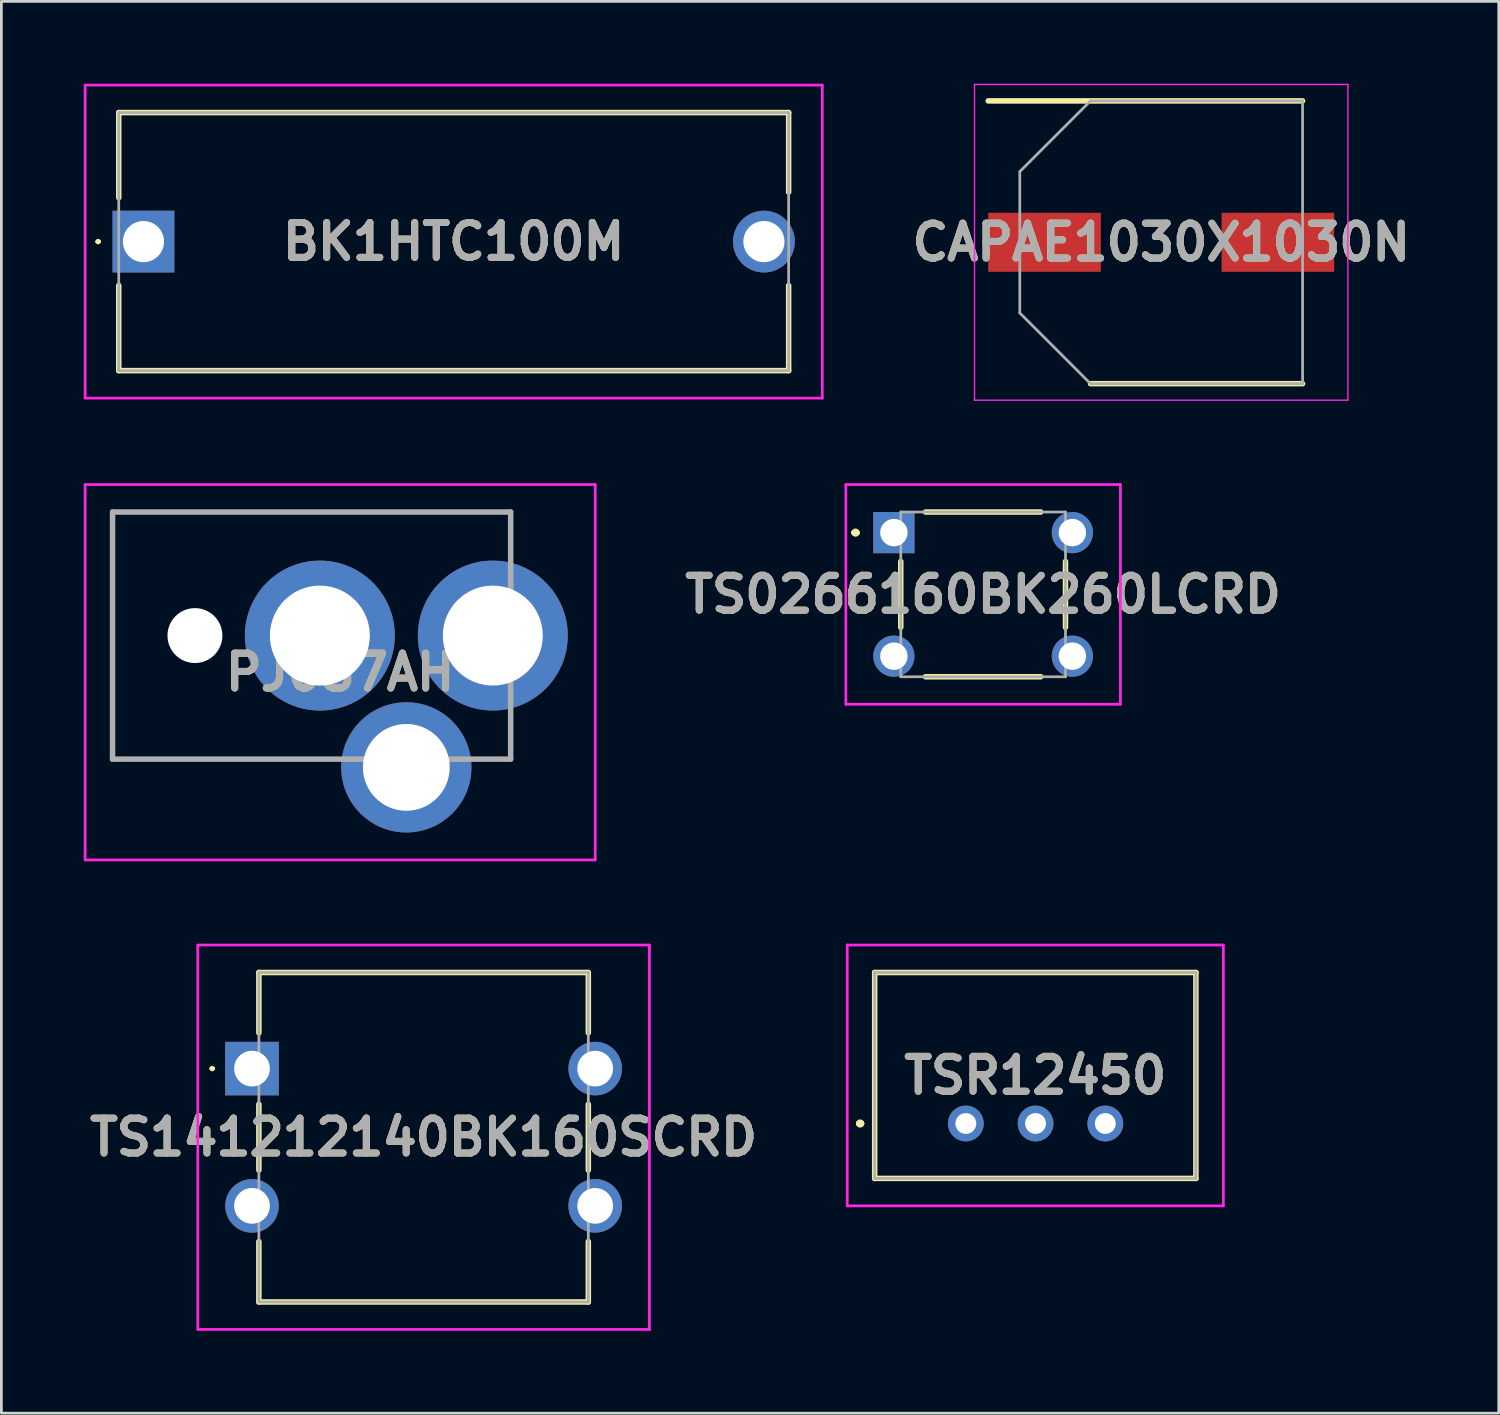
<source format=kicad_pcb>
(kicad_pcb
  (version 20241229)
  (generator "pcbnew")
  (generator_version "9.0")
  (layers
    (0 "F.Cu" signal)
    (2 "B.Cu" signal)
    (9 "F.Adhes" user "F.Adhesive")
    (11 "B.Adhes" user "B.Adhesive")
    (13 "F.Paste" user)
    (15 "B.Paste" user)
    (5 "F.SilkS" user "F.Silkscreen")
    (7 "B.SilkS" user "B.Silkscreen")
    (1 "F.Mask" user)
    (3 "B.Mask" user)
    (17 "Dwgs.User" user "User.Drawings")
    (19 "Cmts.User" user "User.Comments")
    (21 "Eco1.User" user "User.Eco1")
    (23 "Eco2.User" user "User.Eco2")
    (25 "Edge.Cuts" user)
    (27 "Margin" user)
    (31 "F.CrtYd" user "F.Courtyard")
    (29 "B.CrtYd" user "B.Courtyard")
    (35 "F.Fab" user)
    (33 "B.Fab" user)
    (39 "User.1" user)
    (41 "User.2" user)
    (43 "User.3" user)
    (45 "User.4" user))
  (footprint "TS0266160BK260LCRD"
    (layer "F.Cu")
    (at 29.509 16.35)
    (property "Reference" "TS0266160BK260LCRD" (at 3.25 2.25 0) (layer "F.SilkS") (effects (font (size 1.27 1.27) (thickness 0.254))))
    (attr through_hole)
    (fp_line (start -1.45 0) (end -1.45 0) (stroke (width 0.2) (type solid)) (layer "F.SilkS"))
    (fp_line (start -1.45 0) (end -1.35 0) (stroke (width 0.2) (type solid)) (layer "F.SilkS"))
    (fp_line (start -1.35 0) (end -1.35 0) (stroke (width 0.2) (type solid)) (layer "F.SilkS"))
    (fp_line (start 0.25 3.45) (end 0.25 1.05) (stroke (width 0.2) (type solid)) (layer "F.SilkS"))
    (fp_line (start 1.15 -0.75) (end 5.35 -0.75) (stroke (width 0.2) (type solid)) (layer "F.SilkS"))
    (fp_line (start 1.15 5.25) (end 5.35 5.25) (stroke (width 0.2) (type solid)) (layer "F.SilkS"))
    (fp_line (start 6.25 3.45) (end 6.25 1.05) (stroke (width 0.2) (type solid)) (layer "F.SilkS"))
    (fp_arc (start -1.45 0) (mid -1.4 -0.05) (end -1.35 0) (stroke (width 0.2) (type solid)) (layer "F.SilkS"))
    (fp_arc (start -1.35 0) (mid -1.4 0.05) (end -1.45 0) (stroke (width 0.2) (type solid)) (layer "F.SilkS"))
    (fp_line (start -1.75 -1.75) (end 8.25 -1.75) (stroke (width 0.1) (type solid)) (layer "F.CrtYd"))
    (fp_line (start -1.75 6.25) (end -1.75 -1.75) (stroke (width 0.1) (type solid)) (layer "F.CrtYd"))
    (fp_line (start 8.25 -1.75) (end 8.25 6.25) (stroke (width 0.1) (type solid)) (layer "F.CrtYd"))
    (fp_line (start 8.25 6.25) (end -1.75 6.25) (stroke (width 0.1) (type solid)) (layer "F.CrtYd"))
    (fp_line (start 0.25 -0.75) (end 6.25 -0.75) (stroke (width 0.1) (type solid)) (layer "F.Fab"))
    (fp_line (start 0.25 5.25) (end 0.25 -0.75) (stroke (width 0.1) (type solid)) (layer "F.Fab"))
    (fp_line (start 6.25 -0.75) (end 6.25 5.25) (stroke (width 0.1) (type solid)) (layer "F.Fab"))
    (fp_line (start 6.25 5.25) (end 0.25 5.25) (stroke (width 0.1) (type solid)) (layer "F.Fab"))
    (fp_text user "${REFERENCE}" (at 3.25 2.25 0) (layer "F.Fab") (effects (font (size 1.27 1.27) (thickness 0.254))))
    (pad "1" thru_hole rect (at 0 0) (size 1.5 1.5) (drill 1) (layers "*.Cu" "*.Mask"))
    (pad "2" thru_hole circle (at 6.5 0) (size 1.5 1.5) (drill 1) (layers "*.Cu" "*.Mask"))
    (pad "3" thru_hole circle (at 0 4.5) (size 1.5 1.5) (drill 1) (layers "*.Cu" "*.Mask"))
    (pad "4" thru_hole circle (at 6.5 4.5) (size 1.5 1.5) (drill 1) (layers "*.Cu" "*.Mask")))
  (footprint "TSR12450"
    (layer "F.Cu")
    (at 32.129 37.872)
    (property "Reference" "TSR12450" (at 2.53 -1.75 0) (layer "F.SilkS") (effects (font (size 1.27 1.27) (thickness 0.254))))
    (attr through_hole)
    (fp_line (start -3.9 0) (end -3.9 0) (stroke (width 0.2) (type solid)) (layer "F.SilkS"))
    (fp_line (start -3.9 0) (end -3.8 0) (stroke (width 0.2) (type solid)) (layer "F.SilkS"))
    (fp_line (start -3.8 0) (end -3.8 0) (stroke (width 0.2) (type solid)) (layer "F.SilkS"))
    (fp_line (start -3.32 -5.5) (end 8.38 -5.5) (stroke (width 0.2) (type solid)) (layer "F.SilkS"))
    (fp_line (start -3.32 2) (end -3.32 -5.5) (stroke (width 0.2) (type solid)) (layer "F.SilkS"))
    (fp_line (start 8.38 -5.5) (end 8.38 2) (stroke (width 0.2) (type solid)) (layer "F.SilkS"))
    (fp_line (start 8.38 2) (end -3.32 2) (stroke (width 0.2) (type solid)) (layer "F.SilkS"))
    (fp_arc (start -3.9 0) (mid -3.85 -0.05) (end -3.8 0) (stroke (width 0.2) (type solid)) (layer "F.SilkS"))
    (fp_arc (start -3.8 0) (mid -3.85 0.05) (end -3.9 0) (stroke (width 0.2) (type solid)) (layer "F.SilkS"))
    (fp_line (start -4.32 -6.5) (end -4.32 3) (stroke (width 0.1) (type solid)) (layer "F.CrtYd"))
    (fp_line (start -4.32 3) (end 9.38 3) (stroke (width 0.1) (type solid)) (layer "F.CrtYd"))
    (fp_line (start 9.38 -6.5) (end -4.32 -6.5) (stroke (width 0.1) (type solid)) (layer "F.CrtYd"))
    (fp_line (start 9.38 3) (end 9.38 -6.5) (stroke (width 0.1) (type solid)) (layer "F.CrtYd"))
    (fp_line (start -3.32 -5.5) (end 8.38 -5.5) (stroke (width 0.1) (type solid)) (layer "F.Fab"))
    (fp_line (start -3.32 2) (end -3.32 -5.5) (stroke (width 0.1) (type solid)) (layer "F.Fab"))
    (fp_line (start 8.38 -5.5) (end 8.38 2) (stroke (width 0.1) (type solid)) (layer "F.Fab"))
    (fp_line (start 8.38 2) (end -3.32 2) (stroke (width 0.1) (type solid)) (layer "F.Fab"))
    (fp_text user "${REFERENCE}" (at 2.53 -1.75 0) (layer "F.Fab") (effects (font (size 1.27 1.27) (thickness 0.254))))
    (pad "1" thru_hole circle (at 0 0) (size 1.303 1.303) (drill 0.76) (layers "*.Cu" "*.Mask"))
    (pad "2" thru_hole circle (at 2.54 0) (size 1.303 1.303) (drill 0.76) (layers "*.Cu" "*.Mask"))
    (pad "3" thru_hole circle (at 5.08 0) (size 1.303 1.303) (drill 0.76) (layers "*.Cu" "*.Mask")))
  (footprint "TS141212140BK160SCRD"
    (layer "F.Cu")
    (at 6.129 35.872)
    (property "Reference" "TS141212140BK160SCRD" (at 6.25 2.5 0) (layer "F.SilkS") (effects (font (size 1.27 1.27) (thickness 0.254))))
    (attr through_hole)
    (fp_line (start -1.5 0) (end -1.5 0) (stroke (width 0.1) (type solid)) (layer "F.SilkS"))
    (fp_line (start -1.4 0) (end -1.4 0) (stroke (width 0.1) (type solid)) (layer "F.SilkS"))
    (fp_line (start 0.25 -3.5) (end 0.25 -1.3) (stroke (width 0.2) (type solid)) (layer "F.SilkS"))
    (fp_line (start 0.25 3.7) (end 0.25 1.3) (stroke (width 0.2) (type solid)) (layer "F.SilkS"))
    (fp_line (start 0.25 6.3) (end 0.25 8.5) (stroke (width 0.2) (type solid)) (layer "F.SilkS"))
    (fp_line (start 0.25 8.5) (end 12.25 8.5) (stroke (width 0.2) (type solid)) (layer "F.SilkS"))
    (fp_line (start 12.25 -3.5) (end 0.25 -3.5) (stroke (width 0.2) (type solid)) (layer "F.SilkS"))
    (fp_line (start 12.25 -1.3) (end 12.25 -3.5) (stroke (width 0.2) (type solid)) (layer "F.SilkS"))
    (fp_line (start 12.25 3.7) (end 12.25 1.3) (stroke (width 0.2) (type solid)) (layer "F.SilkS"))
    (fp_line (start 12.25 8.5) (end 12.25 6.3) (stroke (width 0.2) (type solid)) (layer "F.SilkS"))
    (fp_arc (start -1.5 0) (mid -1.45 -0.05) (end -1.4 0) (stroke (width 0.1) (type solid)) (layer "F.SilkS"))
    (fp_arc (start -1.4 0) (mid -1.45 0.05) (end -1.5 0) (stroke (width 0.1) (type solid)) (layer "F.SilkS"))
    (fp_line (start -1.975 -4.5) (end 14.475 -4.5) (stroke (width 0.1) (type solid)) (layer "F.CrtYd"))
    (fp_line (start -1.975 9.5) (end -1.975 -4.5) (stroke (width 0.1) (type solid)) (layer "F.CrtYd"))
    (fp_line (start 14.475 -4.5) (end 14.475 9.5) (stroke (width 0.1) (type solid)) (layer "F.CrtYd"))
    (fp_line (start 14.475 9.5) (end -1.975 9.5) (stroke (width 0.1) (type solid)) (layer "F.CrtYd"))
    (fp_line (start 0.25 -3.5) (end 12.25 -3.5) (stroke (width 0.1) (type solid)) (layer "F.Fab"))
    (fp_line (start 0.25 8.5) (end 0.25 -3.5) (stroke (width 0.1) (type solid)) (layer "F.Fab"))
    (fp_line (start 12.25 -3.5) (end 12.25 8.5) (stroke (width 0.1) (type solid)) (layer "F.Fab"))
    (fp_line (start 12.25 8.5) (end 0.25 8.5) (stroke (width 0.1) (type solid)) (layer "F.Fab"))
    (fp_text user "${REFERENCE}" (at 6.25 2.5 0) (layer "F.Fab") (effects (font (size 1.27 1.27) (thickness 0.254))))
    (pad "1" thru_hole rect (at 0 0) (size 1.95 1.95) (drill 1.3) (layers "*.Cu" "*.Mask"))
    (pad "2" thru_hole circle (at 12.5 0) (size 1.95 1.95) (drill 1.3) (layers "*.Cu" "*.Mask"))
    (pad "3" thru_hole circle (at 0 5) (size 1.95 1.95) (drill 1.3) (layers "*.Cu" "*.Mask"))
    (pad "4" thru_hole circle (at 12.5 5) (size 1.95 1.95) (drill 1.3) (layers "*.Cu" "*.Mask")))
  (footprint "PJ057AH"
    (layer "F.Cu")
    (at 14.9 20.1)
    (property "Reference" "PJ057AH" (at -5.56 1.336 0) (layer "F.SilkS") (effects (font (size 1.27 1.27) (thickness 0.254))))
    (attr through_hole)
    (fp_line (start -13.85 -4.5) (end -13.85 4.5) (stroke (width 0.1) (type solid)) (layer "F.SilkS"))
    (fp_line (start -13.85 4.5) (end -5.85 4.5) (stroke (width 0.1) (type solid)) (layer "F.SilkS"))
    (fp_line (start 0.65 -4.5) (end -13.85 -4.5) (stroke (width 0.1) (type solid)) (layer "F.SilkS"))
    (fp_line (start 0.65 -3) (end 0.65 -4.5) (stroke (width 0.1) (type solid)) (layer "F.SilkS"))
    (fp_line (start 0.65 3) (end 0.65 4.5) (stroke (width 0.1) (type solid)) (layer "F.SilkS"))
    (fp_line (start 0.65 4.5) (end 0.15 4.5) (stroke (width 0.1) (type solid)) (layer "F.SilkS"))
    (fp_line (start -14.85 -5.5) (end 3.73 -5.5) (stroke (width 0.1) (type solid)) (layer "F.CrtYd"))
    (fp_line (start -14.85 8.172) (end -14.85 -5.5) (stroke (width 0.1) (type solid)) (layer "F.CrtYd"))
    (fp_line (start 3.73 -5.5) (end 3.73 8.172) (stroke (width 0.1) (type solid)) (layer "F.CrtYd"))
    (fp_line (start 3.73 8.172) (end -14.85 8.172) (stroke (width 0.1) (type solid)) (layer "F.CrtYd"))
    (fp_line (start -13.85 -4.5) (end 0.65 -4.5) (stroke (width 0.2) (type solid)) (layer "F.Fab"))
    (fp_line (start -13.85 4.5) (end -13.85 -4.5) (stroke (width 0.2) (type solid)) (layer "F.Fab"))
    (fp_line (start 0.65 -4.5) (end 0.65 4.5) (stroke (width 0.2) (type solid)) (layer "F.Fab"))
    (fp_line (start 0.65 4.5) (end -13.85 4.5) (stroke (width 0.2) (type solid)) (layer "F.Fab"))
    (fp_text user "${REFERENCE}" (at -5.56 1.336 0) (layer "F.Fab") (effects (font (size 1.27 1.27) (thickness 0.254))))
    (pad "" np_thru_hole circle (at -10.85 0) (size 2 2) (drill 2) (layers "*.Cu" "*.Mask"))
    (pad "1" thru_hole circle (at 0 0) (size 5.46 5.46) (drill 3.64) (layers "*.Cu" "*.Mask"))
    (pad "2" thru_hole circle (at -6.3 0) (size 5.46 5.46) (drill 3.64) (layers "*.Cu" "*.Mask"))
    (pad "3" thru_hole circle (at -3.15 4.8) (size 4.743 4.743) (drill 3.162) (layers "*.Cu" "*.Mask")))
  (footprint "CAPAE1030X1030N"
    (layer "F.Cu")
    (at 39.245 5.775)
    (property "Reference" "CAPAE1030X1030N" (at 0 0 0) (layer "F.SilkS") (effects (font (size 1.27 1.27) (thickness 0.254))))
    (attr smd)
    (fp_line (start -6.3 -5.15) (end 5.15 -5.15) (stroke (width 0.2) (type solid)) (layer "F.SilkS"))
    (fp_line (start -2.575 5.15) (end 5.15 5.15) (stroke (width 0.2) (type solid)) (layer "F.SilkS"))
    (fp_line (start -6.8 -5.75) (end 6.8 -5.75) (stroke (width 0.05) (type solid)) (layer "F.CrtYd"))
    (fp_line (start -6.8 5.75) (end -6.8 -5.75) (stroke (width 0.05) (type solid)) (layer "F.CrtYd"))
    (fp_line (start 6.8 -5.75) (end 6.8 5.75) (stroke (width 0.05) (type solid)) (layer "F.CrtYd"))
    (fp_line (start 6.8 5.75) (end -6.8 5.75) (stroke (width 0.05) (type solid)) (layer "F.CrtYd"))
    (fp_line (start -5.15 -2.575) (end -5.15 2.575) (stroke (width 0.1) (type solid)) (layer "F.Fab"))
    (fp_line (start -5.15 2.575) (end -2.575 5.15) (stroke (width 0.1) (type solid)) (layer "F.Fab"))
    (fp_line (start -2.575 -5.15) (end -5.15 -2.575) (stroke (width 0.1) (type solid)) (layer "F.Fab"))
    (fp_line (start -2.575 5.15) (end 5.15 5.15) (stroke (width 0.1) (type solid)) (layer "F.Fab"))
    (fp_line (start 5.15 -5.15) (end -2.575 -5.15) (stroke (width 0.1) (type solid)) (layer "F.Fab"))
    (fp_line (start 5.15 5.15) (end 5.15 -5.15) (stroke (width 0.1) (type solid)) (layer "F.Fab"))
    (fp_text user "${REFERENCE}" (at 0 0 0) (layer "F.Fab") (effects (font (size 1.27 1.27) (thickness 0.254))))
    (pad "1" smd rect (at -4.25 0 90) (size 2.15 4.1) (layers "F.Cu" "F.Mask" "F.Paste"))
    (pad "2" smd rect (at 4.25 0 90) (size 2.15 4.1) (layers "F.Cu" "F.Mask" "F.Paste")))
  (footprint "BK1HTC100M"
    (layer "F.Cu")
    (at 2.175 5.75)
    (property "Reference" "BK1HTC100M" (at 11.3 0 0) (layer "F.SilkS") (effects (font (size 1.27 1.27) (thickness 0.254))))
    (attr through_hole)
    (fp_line (start -1.7 0) (end -1.7 0) (stroke (width 0.1) (type solid)) (layer "F.SilkS"))
    (fp_line (start -1.6 0) (end -1.6 0) (stroke (width 0.1) (type solid)) (layer "F.SilkS"))
    (fp_line (start -0.9 -4.7) (end 23.5 -4.7) (stroke (width 0.2) (type solid)) (layer "F.SilkS"))
    (fp_line (start -0.9 -1.6) (end -0.9 -4.7) (stroke (width 0.2) (type solid)) (layer "F.SilkS"))
    (fp_line (start -0.9 4.7) (end -0.9 1.6) (stroke (width 0.2) (type solid)) (layer "F.SilkS"))
    (fp_line (start 23.5 -4.7) (end 23.5 -1.8) (stroke (width 0.2) (type solid)) (layer "F.SilkS"))
    (fp_line (start 23.5 1.6) (end 23.5 4.7) (stroke (width 0.2) (type solid)) (layer "F.SilkS"))
    (fp_line (start 23.5 4.7) (end -0.9 4.7) (stroke (width 0.2) (type solid)) (layer "F.SilkS"))
    (fp_arc (start -1.7 0) (mid -1.65 -0.05) (end -1.6 0) (stroke (width 0.1) (type solid)) (layer "F.SilkS"))
    (fp_arc (start -1.6 0) (mid -1.65 0.05) (end -1.7 0) (stroke (width 0.1) (type solid)) (layer "F.SilkS"))
    (fp_line (start -2.125 -5.7) (end 24.725 -5.7) (stroke (width 0.1) (type solid)) (layer "F.CrtYd"))
    (fp_line (start -2.125 5.7) (end -2.125 -5.7) (stroke (width 0.1) (type solid)) (layer "F.CrtYd"))
    (fp_line (start 24.725 -5.7) (end 24.725 5.7) (stroke (width 0.1) (type solid)) (layer "F.CrtYd"))
    (fp_line (start 24.725 5.7) (end -2.125 5.7) (stroke (width 0.1) (type solid)) (layer "F.CrtYd"))
    (fp_line (start -0.9 -4.7) (end -0.9 4.7) (stroke (width 0.1) (type solid)) (layer "F.Fab"))
    (fp_line (start -0.9 4.7) (end 23.5 4.7) (stroke (width 0.1) (type solid)) (layer "F.Fab"))
    (fp_line (start 23.5 -4.7) (end -0.9 -4.7) (stroke (width 0.1) (type solid)) (layer "F.Fab"))
    (fp_line (start 23.5 4.7) (end 23.5 -4.7) (stroke (width 0.1) (type solid)) (layer "F.Fab"))
    (fp_text user "${REFERENCE}" (at 11.3 0 0) (layer "F.Fab") (effects (font (size 1.27 1.27) (thickness 0.254))))
    (pad "1" thru_hole rect (at 0 0) (size 2.25 2.25) (drill 1.5) (layers "*.Cu" "*.Mask"))
    (pad "2" thru_hole circle (at 22.6 0) (size 2.25 2.25) (drill 1.5) (layers "*.Cu" "*.Mask")))
  (gr_rect
    (start -3 -3)
    (end 51.54 48.422)
    (stroke (width 0.1) (type default))
    (fill no)
    (layer "Edge.Cuts")))
</source>
